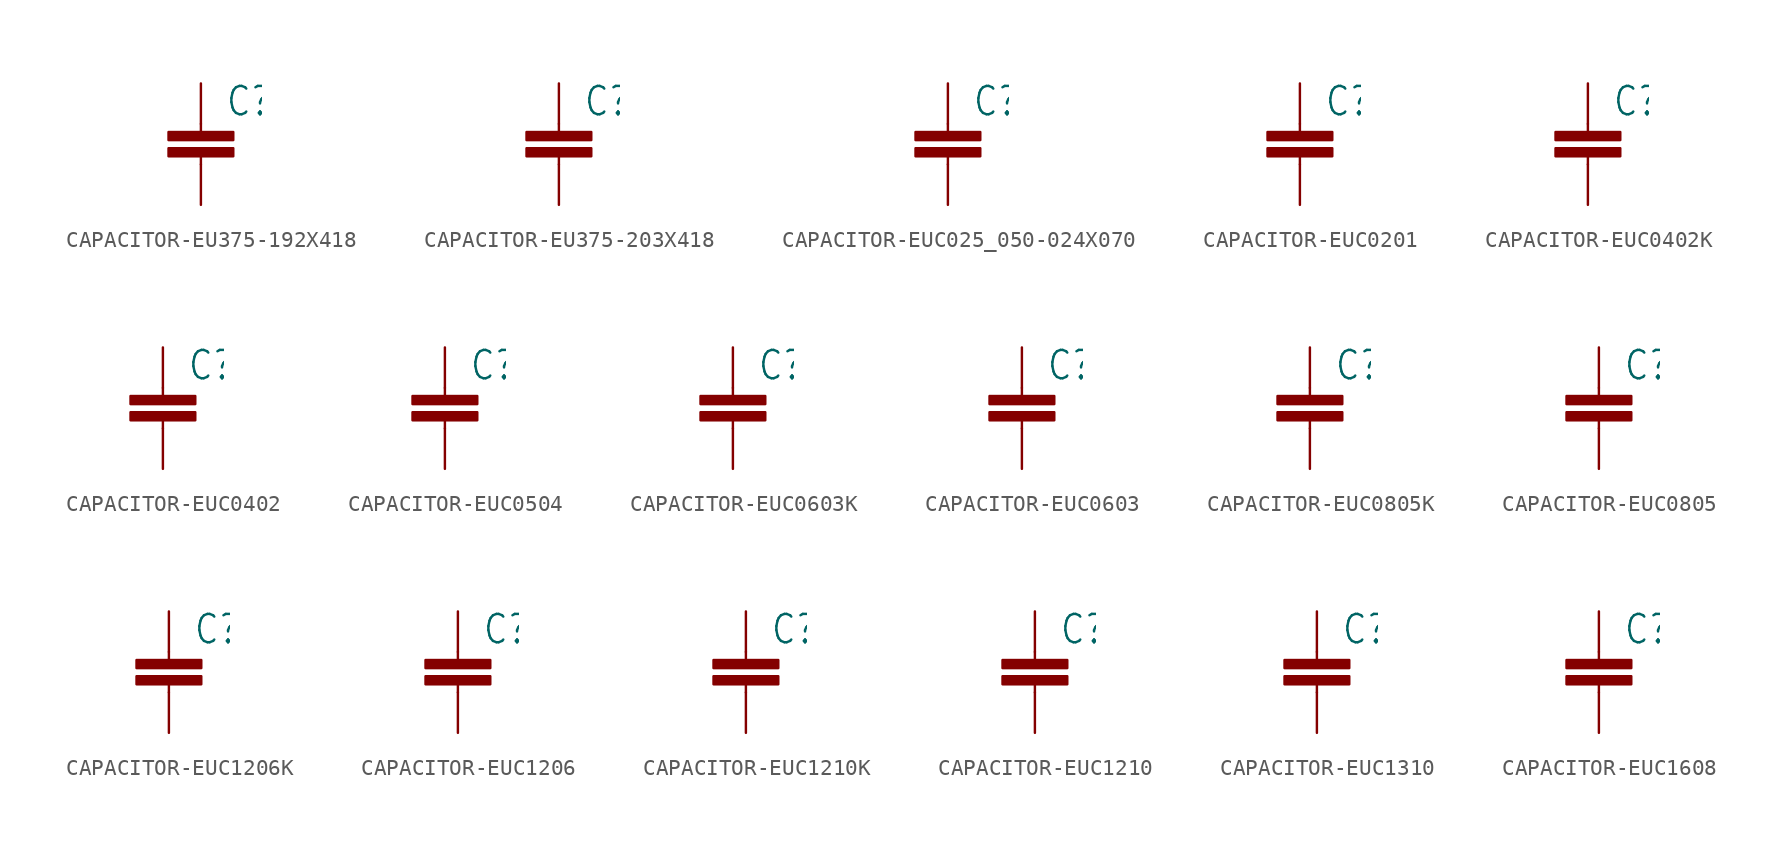
<source format=kicad_sym>
(kicad_symbol_lib
  (version 20231120)
  (generator "kicad_symbol_editor")
  (generator_version "8.0")
  (symbol "CAPACITOR-EU375-192X418"
    (property "Reference" "C"
      (at 1.524 0.381 0)
      (effects (font (size 1.778 1.511)) (justify left bottom)))
    (property "Value" ""
      (at 1.524 -4.699 0)
      (effects (font (size 1.778 1.511)) (justify left bottom)))
    (property "ki_locked" ""
      (at 0 0 0)
      (effects (font (size 1.27 1.27))))
    (symbol "CAPACITOR-EU375-192X418_1_0"
      (rectangle (start -2.032 -2.032) (end 2.032 -1.524) (stroke (width 0) (type default)) (fill (type outline)))
      (rectangle (start -2.032 -1.016) (end 2.032 -0.508) (stroke (width 0) (type default)) (fill (type outline)))
      (polyline (pts (xy 0 -2.54) (xy 0 -2.032)) (stroke (width 0.152) (type solid)) (fill (type none)))
      (polyline (pts (xy 0 0) (xy 0 -0.508)) (stroke (width 0.152) (type solid)) (fill (type none)))
      (pin passive line (at 0 2.54 270) (length 2.54) (name "1" (effects (font (size 0 0)))) (number "1" (effects (font (size 0 0)))))
      (pin passive line (at 0 -5.08 90) (length 2.54) (name "2" (effects (font (size 0 0)))) (number "2" (effects (font (size 0 0)))))))
  (symbol "CAPACITOR-EU375-203X418"
    (property "Reference" "C"
      (at 1.524 0.381 0)
      (effects (font (size 1.778 1.511)) (justify left bottom)))
    (property "Value" ""
      (at 1.524 -4.699 0)
      (effects (font (size 1.778 1.511)) (justify left bottom)))
    (property "ki_locked" ""
      (at 0 0 0)
      (effects (font (size 1.27 1.27))))
    (symbol "CAPACITOR-EU375-203X418_1_0"
      (rectangle (start -2.032 -2.032) (end 2.032 -1.524) (stroke (width 0) (type default)) (fill (type outline)))
      (rectangle (start -2.032 -1.016) (end 2.032 -0.508) (stroke (width 0) (type default)) (fill (type outline)))
      (polyline (pts (xy 0 -2.54) (xy 0 -2.032)) (stroke (width 0.152) (type solid)) (fill (type none)))
      (polyline (pts (xy 0 0) (xy 0 -0.508)) (stroke (width 0.152) (type solid)) (fill (type none)))
      (pin passive line (at 0 2.54 270) (length 2.54) (name "1" (effects (font (size 0 0)))) (number "1" (effects (font (size 0 0)))))
      (pin passive line (at 0 -5.08 90) (length 2.54) (name "2" (effects (font (size 0 0)))) (number "2" (effects (font (size 0 0)))))))
  (symbol "CAPACITOR-EUC025_050-024X070"
    (property "Reference" "C"
      (at 1.524 0.381 0)
      (effects (font (size 1.778 1.511)) (justify left bottom)))
    (property "Value" ""
      (at 1.524 -4.699 0)
      (effects (font (size 1.778 1.511)) (justify left bottom)))
    (property "ki_locked" ""
      (at 0 0 0)
      (effects (font (size 1.27 1.27))))
    (symbol "CAPACITOR-EUC025_050-024X070_1_0"
      (rectangle (start -2.032 -2.032) (end 2.032 -1.524) (stroke (width 0) (type default)) (fill (type outline)))
      (rectangle (start -2.032 -1.016) (end 2.032 -0.508) (stroke (width 0) (type default)) (fill (type outline)))
      (polyline (pts (xy 0 -2.54) (xy 0 -2.032)) (stroke (width 0.152) (type solid)) (fill (type none)))
      (polyline (pts (xy 0 0) (xy 0 -0.508)) (stroke (width 0.152) (type solid)) (fill (type none)))
      (pin passive line (at 0 2.54 270) (length 2.54) (name "1" (effects (font (size 0 0)))) (number "1" (effects (font (size 0 0)))))
      (pin passive line (at 0 -5.08 90) (length 2.54) (name "2" (effects (font (size 0 0)))) (number "2" (effects (font (size 0 0)))))))
  (symbol "CAPACITOR-EUC0201"
    (property "Reference" "C"
      (at 1.524 0.381 0)
      (effects (font (size 1.778 1.511)) (justify left bottom)))
    (property "Value" ""
      (at 1.524 -4.699 0)
      (effects (font (size 1.778 1.511)) (justify left bottom)))
    (property "ki_locked" ""
      (at 0 0 0)
      (effects (font (size 1.27 1.27))))
    (symbol "CAPACITOR-EUC0201_1_0"
      (rectangle (start -2.032 -2.032) (end 2.032 -1.524) (stroke (width 0) (type default)) (fill (type outline)))
      (rectangle (start -2.032 -1.016) (end 2.032 -0.508) (stroke (width 0) (type default)) (fill (type outline)))
      (polyline (pts (xy 0 -2.54) (xy 0 -2.032)) (stroke (width 0.152) (type solid)) (fill (type none)))
      (polyline (pts (xy 0 0) (xy 0 -0.508)) (stroke (width 0.152) (type solid)) (fill (type none)))
      (pin passive line (at 0 2.54 270) (length 2.54) (name "1" (effects (font (size 0 0)))) (number "1" (effects (font (size 0 0)))))
      (pin passive line (at 0 -5.08 90) (length 2.54) (name "2" (effects (font (size 0 0)))) (number "2" (effects (font (size 0 0)))))))
  (symbol "CAPACITOR-EUC0402K"
    (property "Reference" "C"
      (at 1.524 0.381 0)
      (effects (font (size 1.778 1.511)) (justify left bottom)))
    (property "Value" ""
      (at 1.524 -4.699 0)
      (effects (font (size 1.778 1.511)) (justify left bottom)))
    (property "ki_locked" ""
      (at 0 0 0)
      (effects (font (size 1.27 1.27))))
    (symbol "CAPACITOR-EUC0402K_1_0"
      (rectangle (start -2.032 -2.032) (end 2.032 -1.524) (stroke (width 0) (type default)) (fill (type outline)))
      (rectangle (start -2.032 -1.016) (end 2.032 -0.508) (stroke (width 0) (type default)) (fill (type outline)))
      (polyline (pts (xy 0 -2.54) (xy 0 -2.032)) (stroke (width 0.152) (type solid)) (fill (type none)))
      (polyline (pts (xy 0 0) (xy 0 -0.508)) (stroke (width 0.152) (type solid)) (fill (type none)))
      (pin passive line (at 0 2.54 270) (length 2.54) (name "1" (effects (font (size 0 0)))) (number "1" (effects (font (size 0 0)))))
      (pin passive line (at 0 -5.08 90) (length 2.54) (name "2" (effects (font (size 0 0)))) (number "2" (effects (font (size 0 0)))))))
  (symbol "CAPACITOR-EUC0402"
    (property "Reference" "C"
      (at 1.524 0.381 0)
      (effects (font (size 1.778 1.511)) (justify left bottom)))
    (property "Value" ""
      (at 1.524 -4.699 0)
      (effects (font (size 1.778 1.511)) (justify left bottom)))
    (property "ki_locked" ""
      (at 0 0 0)
      (effects (font (size 1.27 1.27))))
    (symbol "CAPACITOR-EUC0402_1_0"
      (rectangle (start -2.032 -2.032) (end 2.032 -1.524) (stroke (width 0) (type default)) (fill (type outline)))
      (rectangle (start -2.032 -1.016) (end 2.032 -0.508) (stroke (width 0) (type default)) (fill (type outline)))
      (polyline (pts (xy 0 -2.54) (xy 0 -2.032)) (stroke (width 0.152) (type solid)) (fill (type none)))
      (polyline (pts (xy 0 0) (xy 0 -0.508)) (stroke (width 0.152) (type solid)) (fill (type none)))
      (pin passive line (at 0 2.54 270) (length 2.54) (name "1" (effects (font (size 0 0)))) (number "1" (effects (font (size 0 0)))))
      (pin passive line (at 0 -5.08 90) (length 2.54) (name "2" (effects (font (size 0 0)))) (number "2" (effects (font (size 0 0)))))))
  (symbol "CAPACITOR-EUC0504"
    (property "Reference" "C"
      (at 1.524 0.381 0)
      (effects (font (size 1.778 1.511)) (justify left bottom)))
    (property "Value" ""
      (at 1.524 -4.699 0)
      (effects (font (size 1.778 1.511)) (justify left bottom)))
    (property "ki_locked" ""
      (at 0 0 0)
      (effects (font (size 1.27 1.27))))
    (symbol "CAPACITOR-EUC0504_1_0"
      (rectangle (start -2.032 -2.032) (end 2.032 -1.524) (stroke (width 0) (type default)) (fill (type outline)))
      (rectangle (start -2.032 -1.016) (end 2.032 -0.508) (stroke (width 0) (type default)) (fill (type outline)))
      (polyline (pts (xy 0 -2.54) (xy 0 -2.032)) (stroke (width 0.152) (type solid)) (fill (type none)))
      (polyline (pts (xy 0 0) (xy 0 -0.508)) (stroke (width 0.152) (type solid)) (fill (type none)))
      (pin passive line (at 0 2.54 270) (length 2.54) (name "1" (effects (font (size 0 0)))) (number "1" (effects (font (size 0 0)))))
      (pin passive line (at 0 -5.08 90) (length 2.54) (name "2" (effects (font (size 0 0)))) (number "2" (effects (font (size 0 0)))))))
  (symbol "CAPACITOR-EUC0603K"
    (property "Reference" "C"
      (at 1.524 0.381 0)
      (effects (font (size 1.778 1.511)) (justify left bottom)))
    (property "Value" ""
      (at 1.524 -4.699 0)
      (effects (font (size 1.778 1.511)) (justify left bottom)))
    (property "ki_locked" ""
      (at 0 0 0)
      (effects (font (size 1.27 1.27))))
    (symbol "CAPACITOR-EUC0603K_1_0"
      (rectangle (start -2.032 -2.032) (end 2.032 -1.524) (stroke (width 0) (type default)) (fill (type outline)))
      (rectangle (start -2.032 -1.016) (end 2.032 -0.508) (stroke (width 0) (type default)) (fill (type outline)))
      (polyline (pts (xy 0 -2.54) (xy 0 -2.032)) (stroke (width 0.152) (type solid)) (fill (type none)))
      (polyline (pts (xy 0 0) (xy 0 -0.508)) (stroke (width 0.152) (type solid)) (fill (type none)))
      (pin passive line (at 0 2.54 270) (length 2.54) (name "1" (effects (font (size 0 0)))) (number "1" (effects (font (size 0 0)))))
      (pin passive line (at 0 -5.08 90) (length 2.54) (name "2" (effects (font (size 0 0)))) (number "2" (effects (font (size 0 0)))))))
  (symbol "CAPACITOR-EUC0603"
    (property "Reference" "C"
      (at 1.524 0.381 0)
      (effects (font (size 1.778 1.511)) (justify left bottom)))
    (property "Value" ""
      (at 1.524 -4.699 0)
      (effects (font (size 1.778 1.511)) (justify left bottom)))
    (property "ki_locked" ""
      (at 0 0 0)
      (effects (font (size 1.27 1.27))))
    (symbol "CAPACITOR-EUC0603_1_0"
      (rectangle (start -2.032 -2.032) (end 2.032 -1.524) (stroke (width 0) (type default)) (fill (type outline)))
      (rectangle (start -2.032 -1.016) (end 2.032 -0.508) (stroke (width 0) (type default)) (fill (type outline)))
      (polyline (pts (xy 0 -2.54) (xy 0 -2.032)) (stroke (width 0.152) (type solid)) (fill (type none)))
      (polyline (pts (xy 0 0) (xy 0 -0.508)) (stroke (width 0.152) (type solid)) (fill (type none)))
      (pin passive line (at 0 2.54 270) (length 2.54) (name "1" (effects (font (size 0 0)))) (number "1" (effects (font (size 0 0)))))
      (pin passive line (at 0 -5.08 90) (length 2.54) (name "2" (effects (font (size 0 0)))) (number "2" (effects (font (size 0 0)))))))
  (symbol "CAPACITOR-EUC0805K"
    (property "Reference" "C"
      (at 1.524 0.381 0)
      (effects (font (size 1.778 1.511)) (justify left bottom)))
    (property "Value" ""
      (at 1.524 -4.699 0)
      (effects (font (size 1.778 1.511)) (justify left bottom)))
    (property "ki_locked" ""
      (at 0 0 0)
      (effects (font (size 1.27 1.27))))
    (symbol "CAPACITOR-EUC0805K_1_0"
      (rectangle (start -2.032 -2.032) (end 2.032 -1.524) (stroke (width 0) (type default)) (fill (type outline)))
      (rectangle (start -2.032 -1.016) (end 2.032 -0.508) (stroke (width 0) (type default)) (fill (type outline)))
      (polyline (pts (xy 0 -2.54) (xy 0 -2.032)) (stroke (width 0.152) (type solid)) (fill (type none)))
      (polyline (pts (xy 0 0) (xy 0 -0.508)) (stroke (width 0.152) (type solid)) (fill (type none)))
      (pin passive line (at 0 2.54 270) (length 2.54) (name "1" (effects (font (size 0 0)))) (number "1" (effects (font (size 0 0)))))
      (pin passive line (at 0 -5.08 90) (length 2.54) (name "2" (effects (font (size 0 0)))) (number "2" (effects (font (size 0 0)))))))
  (symbol "CAPACITOR-EUC0805"
    (property "Reference" "C"
      (at 1.524 0.381 0)
      (effects (font (size 1.778 1.511)) (justify left bottom)))
    (property "Value" ""
      (at 1.524 -4.699 0)
      (effects (font (size 1.778 1.511)) (justify left bottom)))
    (property "ki_locked" ""
      (at 0 0 0)
      (effects (font (size 1.27 1.27))))
    (symbol "CAPACITOR-EUC0805_1_0"
      (rectangle (start -2.032 -2.032) (end 2.032 -1.524) (stroke (width 0) (type default)) (fill (type outline)))
      (rectangle (start -2.032 -1.016) (end 2.032 -0.508) (stroke (width 0) (type default)) (fill (type outline)))
      (polyline (pts (xy 0 -2.54) (xy 0 -2.032)) (stroke (width 0.152) (type solid)) (fill (type none)))
      (polyline (pts (xy 0 0) (xy 0 -0.508)) (stroke (width 0.152) (type solid)) (fill (type none)))
      (pin passive line (at 0 2.54 270) (length 2.54) (name "1" (effects (font (size 0 0)))) (number "1" (effects (font (size 0 0)))))
      (pin passive line (at 0 -5.08 90) (length 2.54) (name "2" (effects (font (size 0 0)))) (number "2" (effects (font (size 0 0)))))))
  (symbol "CAPACITOR-EUC1206K"
    (property "Reference" "C"
      (at 1.524 0.381 0)
      (effects (font (size 1.778 1.511)) (justify left bottom)))
    (property "Value" ""
      (at 1.524 -4.699 0)
      (effects (font (size 1.778 1.511)) (justify left bottom)))
    (property "ki_locked" ""
      (at 0 0 0)
      (effects (font (size 1.27 1.27))))
    (symbol "CAPACITOR-EUC1206K_1_0"
      (rectangle (start -2.032 -2.032) (end 2.032 -1.524) (stroke (width 0) (type default)) (fill (type outline)))
      (rectangle (start -2.032 -1.016) (end 2.032 -0.508) (stroke (width 0) (type default)) (fill (type outline)))
      (polyline (pts (xy 0 -2.54) (xy 0 -2.032)) (stroke (width 0.152) (type solid)) (fill (type none)))
      (polyline (pts (xy 0 0) (xy 0 -0.508)) (stroke (width 0.152) (type solid)) (fill (type none)))
      (pin passive line (at 0 2.54 270) (length 2.54) (name "1" (effects (font (size 0 0)))) (number "1" (effects (font (size 0 0)))))
      (pin passive line (at 0 -5.08 90) (length 2.54) (name "2" (effects (font (size 0 0)))) (number "2" (effects (font (size 0 0)))))))
  (symbol "CAPACITOR-EUC1206"
    (property "Reference" "C"
      (at 1.524 0.381 0)
      (effects (font (size 1.778 1.511)) (justify left bottom)))
    (property "Value" ""
      (at 1.524 -4.699 0)
      (effects (font (size 1.778 1.511)) (justify left bottom)))
    (property "ki_locked" ""
      (at 0 0 0)
      (effects (font (size 1.27 1.27))))
    (symbol "CAPACITOR-EUC1206_1_0"
      (rectangle (start -2.032 -2.032) (end 2.032 -1.524) (stroke (width 0) (type default)) (fill (type outline)))
      (rectangle (start -2.032 -1.016) (end 2.032 -0.508) (stroke (width 0) (type default)) (fill (type outline)))
      (polyline (pts (xy 0 -2.54) (xy 0 -2.032)) (stroke (width 0.152) (type solid)) (fill (type none)))
      (polyline (pts (xy 0 0) (xy 0 -0.508)) (stroke (width 0.152) (type solid)) (fill (type none)))
      (pin passive line (at 0 2.54 270) (length 2.54) (name "1" (effects (font (size 0 0)))) (number "1" (effects (font (size 0 0)))))
      (pin passive line (at 0 -5.08 90) (length 2.54) (name "2" (effects (font (size 0 0)))) (number "2" (effects (font (size 0 0)))))))
  (symbol "CAPACITOR-EUC1210K"
    (property "Reference" "C"
      (at 1.524 0.381 0)
      (effects (font (size 1.778 1.511)) (justify left bottom)))
    (property "Value" ""
      (at 1.524 -4.699 0)
      (effects (font (size 1.778 1.511)) (justify left bottom)))
    (property "ki_locked" ""
      (at 0 0 0)
      (effects (font (size 1.27 1.27))))
    (symbol "CAPACITOR-EUC1210K_1_0"
      (rectangle (start -2.032 -2.032) (end 2.032 -1.524) (stroke (width 0) (type default)) (fill (type outline)))
      (rectangle (start -2.032 -1.016) (end 2.032 -0.508) (stroke (width 0) (type default)) (fill (type outline)))
      (polyline (pts (xy 0 -2.54) (xy 0 -2.032)) (stroke (width 0.152) (type solid)) (fill (type none)))
      (polyline (pts (xy 0 0) (xy 0 -0.508)) (stroke (width 0.152) (type solid)) (fill (type none)))
      (pin passive line (at 0 2.54 270) (length 2.54) (name "1" (effects (font (size 0 0)))) (number "1" (effects (font (size 0 0)))))
      (pin passive line (at 0 -5.08 90) (length 2.54) (name "2" (effects (font (size 0 0)))) (number "2" (effects (font (size 0 0)))))))
  (symbol "CAPACITOR-EUC1210"
    (property "Reference" "C"
      (at 1.524 0.381 0)
      (effects (font (size 1.778 1.511)) (justify left bottom)))
    (property "Value" ""
      (at 1.524 -4.699 0)
      (effects (font (size 1.778 1.511)) (justify left bottom)))
    (property "ki_locked" ""
      (at 0 0 0)
      (effects (font (size 1.27 1.27))))
    (symbol "CAPACITOR-EUC1210_1_0"
      (rectangle (start -2.032 -2.032) (end 2.032 -1.524) (stroke (width 0) (type default)) (fill (type outline)))
      (rectangle (start -2.032 -1.016) (end 2.032 -0.508) (stroke (width 0) (type default)) (fill (type outline)))
      (polyline (pts (xy 0 -2.54) (xy 0 -2.032)) (stroke (width 0.152) (type solid)) (fill (type none)))
      (polyline (pts (xy 0 0) (xy 0 -0.508)) (stroke (width 0.152) (type solid)) (fill (type none)))
      (pin passive line (at 0 2.54 270) (length 2.54) (name "1" (effects (font (size 0 0)))) (number "1" (effects (font (size 0 0)))))
      (pin passive line (at 0 -5.08 90) (length 2.54) (name "2" (effects (font (size 0 0)))) (number "2" (effects (font (size 0 0)))))))
  (symbol "CAPACITOR-EUC1310"
    (property "Reference" "C"
      (at 1.524 0.381 0)
      (effects (font (size 1.778 1.511)) (justify left bottom)))
    (property "Value" ""
      (at 1.524 -4.699 0)
      (effects (font (size 1.778 1.511)) (justify left bottom)))
    (property "ki_locked" ""
      (at 0 0 0)
      (effects (font (size 1.27 1.27))))
    (symbol "CAPACITOR-EUC1310_1_0"
      (rectangle (start -2.032 -2.032) (end 2.032 -1.524) (stroke (width 0) (type default)) (fill (type outline)))
      (rectangle (start -2.032 -1.016) (end 2.032 -0.508) (stroke (width 0) (type default)) (fill (type outline)))
      (polyline (pts (xy 0 -2.54) (xy 0 -2.032)) (stroke (width 0.152) (type solid)) (fill (type none)))
      (polyline (pts (xy 0 0) (xy 0 -0.508)) (stroke (width 0.152) (type solid)) (fill (type none)))
      (pin passive line (at 0 2.54 270) (length 2.54) (name "1" (effects (font (size 0 0)))) (number "1" (effects (font (size 0 0)))))
      (pin passive line (at 0 -5.08 90) (length 2.54) (name "2" (effects (font (size 0 0)))) (number "2" (effects (font (size 0 0)))))))
  (symbol "CAPACITOR-EUC1608"
    (property "Reference" "C"
      (at 1.524 0.381 0)
      (effects (font (size 1.778 1.511)) (justify left bottom)))
    (property "Value" ""
      (at 1.524 -4.699 0)
      (effects (font (size 1.778 1.511)) (justify left bottom)))
    (property "ki_locked" ""
      (at 0 0 0)
      (effects (font (size 1.27 1.27))))
    (symbol "CAPACITOR-EUC1608_1_0"
      (rectangle (start -2.032 -2.032) (end 2.032 -1.524) (stroke (width 0) (type default)) (fill (type outline)))
      (rectangle (start -2.032 -1.016) (end 2.032 -0.508) (stroke (width 0) (type default)) (fill (type outline)))
      (polyline (pts (xy 0 -2.54) (xy 0 -2.032)) (stroke (width 0.152) (type solid)) (fill (type none)))
      (polyline (pts (xy 0 0) (xy 0 -0.508)) (stroke (width 0.152) (type solid)) (fill (type none)))
      (pin passive line (at 0 2.54 270) (length 2.54) (name "1" (effects (font (size 0 0)))) (number "1" (effects (font (size 0 0)))))
      (pin passive line (at 0 -5.08 90) (length 2.54) (name "2" (effects (font (size 0 0)))) (number "2" (effects (font (size 0 0))))))))
</source>
